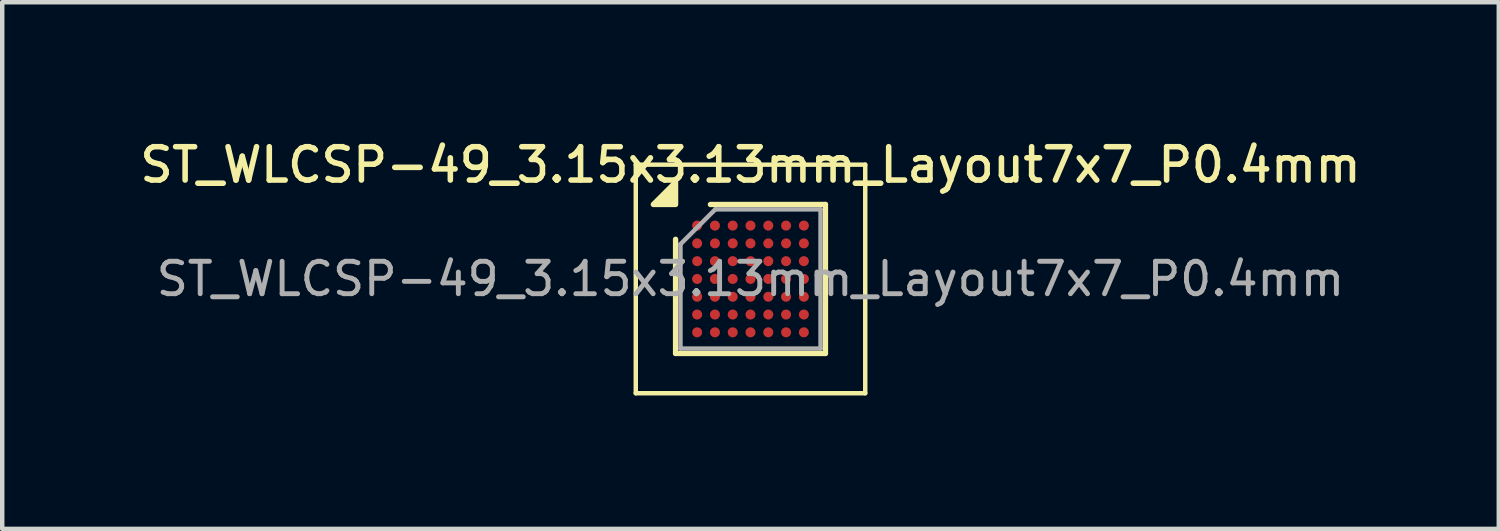
<source format=kicad_pcb>
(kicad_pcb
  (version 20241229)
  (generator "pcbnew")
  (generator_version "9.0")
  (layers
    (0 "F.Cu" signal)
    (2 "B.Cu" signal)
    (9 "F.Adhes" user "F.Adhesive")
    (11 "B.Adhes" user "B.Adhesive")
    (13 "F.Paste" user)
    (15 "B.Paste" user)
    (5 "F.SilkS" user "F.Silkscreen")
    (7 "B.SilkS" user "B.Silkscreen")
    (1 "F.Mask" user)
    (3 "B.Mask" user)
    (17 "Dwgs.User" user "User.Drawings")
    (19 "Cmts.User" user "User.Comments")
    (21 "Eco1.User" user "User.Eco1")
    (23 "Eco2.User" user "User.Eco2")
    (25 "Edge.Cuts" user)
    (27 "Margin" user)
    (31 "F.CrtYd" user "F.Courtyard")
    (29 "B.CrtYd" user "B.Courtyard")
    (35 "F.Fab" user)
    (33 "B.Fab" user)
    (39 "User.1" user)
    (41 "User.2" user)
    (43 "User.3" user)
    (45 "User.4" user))
  (footprint "ST_WLCSP-49_3.15x3.13mm_Layout7x7_P0.4mm"
    (layer "F.Cu")
    (at 13.827 3.223)
    (property "Reference" "ST_WLCSP-49_3.15x3.13mm_Layout7x7_P0.4mm" (at 0 -2.565 0) (layer "F.SilkS") (effects (font (size 0.75 0.75) (thickness 0.125))))
    (attr smd)
    (fp_line (start -2.58 -2.57) (end -2.58 2.57) (stroke (width 0.1) (type solid)) (layer "F.SilkS"))
    (fp_line (start -2.58 2.57) (end 2.58 2.57) (stroke (width 0.1) (type solid)) (layer "F.SilkS"))
    (fp_line (start -1.685 1.675) (end -1.685 -0.892) (stroke (width 0.12) (type solid)) (layer "F.SilkS"))
    (fp_line (start -0.902 -1.675) (end 1.685 -1.675) (stroke (width 0.12) (type solid)) (layer "F.SilkS"))
    (fp_line (start 1.685 -1.675) (end 1.685 1.675) (stroke (width 0.12) (type solid)) (layer "F.SilkS"))
    (fp_line (start 1.685 1.675) (end -1.685 1.675) (stroke (width 0.12) (type solid)) (layer "F.SilkS"))
    (fp_line (start 2.58 -2.57) (end -2.58 -2.57) (stroke (width 0.1) (type solid)) (layer "F.SilkS"))
    (fp_line (start 2.58 2.57) (end 2.58 -2.57) (stroke (width 0.1) (type solid)) (layer "F.SilkS"))
    (fp_poly (pts (xy -1.685 -1.675) (xy -2.185 -1.675) (xy -1.685 -2.175) (xy -1.685 -1.675)) (stroke (width 0.12) (type solid)) (fill yes) (layer "F.SilkS"))
    (fp_line (start -1.575 -0.782) (end -0.792 -1.565) (stroke (width 0.1) (type solid)) (layer "F.Fab"))
    (fp_line (start -1.575 1.565) (end -1.575 -0.782) (stroke (width 0.1) (type solid)) (layer "F.Fab"))
    (fp_line (start -0.792 -1.565) (end 1.575 -1.565) (stroke (width 0.1) (type solid)) (layer "F.Fab"))
    (fp_line (start 1.575 -1.565) (end 1.575 1.565) (stroke (width 0.1) (type solid)) (layer "F.Fab"))
    (fp_line (start 1.575 1.565) (end -1.575 1.565) (stroke (width 0.1) (type solid)) (layer "F.Fab"))
    (fp_text user "${REFERENCE}" (at 0 0 0) (layer "F.Fab") (effects (font (size 0.73 0.73) (thickness 0.11))))
    (pad "A1" smd circle (at -1.2 -1.2) (size 0.225 0.225) (property pad_prop_bga) (layers "F.Cu" "F.Mask" "F.Paste"))
    (pad "A2" smd circle (at -0.8 -1.2) (size 0.225 0.225) (property pad_prop_bga) (layers "F.Cu" "F.Mask" "F.Paste"))
    (pad "A3" smd circle (at -0.4 -1.2) (size 0.225 0.225) (property pad_prop_bga) (layers "F.Cu" "F.Mask" "F.Paste"))
    (pad "A4" smd circle (at 0 -1.2) (size 0.225 0.225) (property pad_prop_bga) (layers "F.Cu" "F.Mask" "F.Paste"))
    (pad "A5" smd circle (at 0.4 -1.2) (size 0.225 0.225) (property pad_prop_bga) (layers "F.Cu" "F.Mask" "F.Paste"))
    (pad "A6" smd circle (at 0.8 -1.2) (size 0.225 0.225) (property pad_prop_bga) (layers "F.Cu" "F.Mask" "F.Paste"))
    (pad "A7" smd circle (at 1.2 -1.2) (size 0.225 0.225) (property pad_prop_bga) (layers "F.Cu" "F.Mask" "F.Paste"))
    (pad "B1" smd circle (at -1.2 -0.8) (size 0.225 0.225) (property pad_prop_bga) (layers "F.Cu" "F.Mask" "F.Paste"))
    (pad "B2" smd circle (at -0.8 -0.8) (size 0.225 0.225) (property pad_prop_bga) (layers "F.Cu" "F.Mask" "F.Paste"))
    (pad "B3" smd circle (at -0.4 -0.8) (size 0.225 0.225) (property pad_prop_bga) (layers "F.Cu" "F.Mask" "F.Paste"))
    (pad "B4" smd circle (at 0 -0.8) (size 0.225 0.225) (property pad_prop_bga) (layers "F.Cu" "F.Mask" "F.Paste"))
    (pad "B5" smd circle (at 0.4 -0.8) (size 0.225 0.225) (property pad_prop_bga) (layers "F.Cu" "F.Mask" "F.Paste"))
    (pad "B6" smd circle (at 0.8 -0.8) (size 0.225 0.225) (property pad_prop_bga) (layers "F.Cu" "F.Mask" "F.Paste"))
    (pad "B7" smd circle (at 1.2 -0.8) (size 0.225 0.225) (property pad_prop_bga) (layers "F.Cu" "F.Mask" "F.Paste"))
    (pad "C1" smd circle (at -1.2 -0.4) (size 0.225 0.225) (property pad_prop_bga) (layers "F.Cu" "F.Mask" "F.Paste"))
    (pad "C2" smd circle (at -0.8 -0.4) (size 0.225 0.225) (property pad_prop_bga) (layers "F.Cu" "F.Mask" "F.Paste"))
    (pad "C3" smd circle (at -0.4 -0.4) (size 0.225 0.225) (property pad_prop_bga) (layers "F.Cu" "F.Mask" "F.Paste"))
    (pad "C4" smd circle (at 0 -0.4) (size 0.225 0.225) (property pad_prop_bga) (layers "F.Cu" "F.Mask" "F.Paste"))
    (pad "C5" smd circle (at 0.4 -0.4) (size 0.225 0.225) (property pad_prop_bga) (layers "F.Cu" "F.Mask" "F.Paste"))
    (pad "C6" smd circle (at 0.8 -0.4) (size 0.225 0.225) (property pad_prop_bga) (layers "F.Cu" "F.Mask" "F.Paste"))
    (pad "C7" smd circle (at 1.2 -0.4) (size 0.225 0.225) (property pad_prop_bga) (layers "F.Cu" "F.Mask" "F.Paste"))
    (pad "D1" smd circle (at -1.2 0) (size 0.225 0.225) (property pad_prop_bga) (layers "F.Cu" "F.Mask" "F.Paste"))
    (pad "D2" smd circle (at -0.8 0) (size 0.225 0.225) (property pad_prop_bga) (layers "F.Cu" "F.Mask" "F.Paste"))
    (pad "D3" smd circle (at -0.4 0) (size 0.225 0.225) (property pad_prop_bga) (layers "F.Cu" "F.Mask" "F.Paste"))
    (pad "D4" smd circle (at 0 0) (size 0.225 0.225) (property pad_prop_bga) (layers "F.Cu" "F.Mask" "F.Paste"))
    (pad "D5" smd circle (at 0.4 0) (size 0.225 0.225) (property pad_prop_bga) (layers "F.Cu" "F.Mask" "F.Paste"))
    (pad "D6" smd circle (at 0.8 0) (size 0.225 0.225) (property pad_prop_bga) (layers "F.Cu" "F.Mask" "F.Paste"))
    (pad "D7" smd circle (at 1.2 0) (size 0.225 0.225) (property pad_prop_bga) (layers "F.Cu" "F.Mask" "F.Paste"))
    (pad "E1" smd circle (at -1.2 0.4) (size 0.225 0.225) (property pad_prop_bga) (layers "F.Cu" "F.Mask" "F.Paste"))
    (pad "E2" smd circle (at -0.8 0.4) (size 0.225 0.225) (property pad_prop_bga) (layers "F.Cu" "F.Mask" "F.Paste"))
    (pad "E3" smd circle (at -0.4 0.4) (size 0.225 0.225) (property pad_prop_bga) (layers "F.Cu" "F.Mask" "F.Paste"))
    (pad "E4" smd circle (at 0 0.4) (size 0.225 0.225) (property pad_prop_bga) (layers "F.Cu" "F.Mask" "F.Paste"))
    (pad "E5" smd circle (at 0.4 0.4) (size 0.225 0.225) (property pad_prop_bga) (layers "F.Cu" "F.Mask" "F.Paste"))
    (pad "E6" smd circle (at 0.8 0.4) (size 0.225 0.225) (property pad_prop_bga) (layers "F.Cu" "F.Mask" "F.Paste"))
    (pad "E7" smd circle (at 1.2 0.4) (size 0.225 0.225) (property pad_prop_bga) (layers "F.Cu" "F.Mask" "F.Paste"))
    (pad "F1" smd circle (at -1.2 0.8) (size 0.225 0.225) (property pad_prop_bga) (layers "F.Cu" "F.Mask" "F.Paste"))
    (pad "F2" smd circle (at -0.8 0.8) (size 0.225 0.225) (property pad_prop_bga) (layers "F.Cu" "F.Mask" "F.Paste"))
    (pad "F3" smd circle (at -0.4 0.8) (size 0.225 0.225) (property pad_prop_bga) (layers "F.Cu" "F.Mask" "F.Paste"))
    (pad "F4" smd circle (at 0 0.8) (size 0.225 0.225) (property pad_prop_bga) (layers "F.Cu" "F.Mask" "F.Paste"))
    (pad "F5" smd circle (at 0.4 0.8) (size 0.225 0.225) (property pad_prop_bga) (layers "F.Cu" "F.Mask" "F.Paste"))
    (pad "F6" smd circle (at 0.8 0.8) (size 0.225 0.225) (property pad_prop_bga) (layers "F.Cu" "F.Mask" "F.Paste"))
    (pad "F7" smd circle (at 1.2 0.8) (size 0.225 0.225) (property pad_prop_bga) (layers "F.Cu" "F.Mask" "F.Paste"))
    (pad "G1" smd circle (at -1.2 1.2) (size 0.225 0.225) (property pad_prop_bga) (layers "F.Cu" "F.Mask" "F.Paste"))
    (pad "G2" smd circle (at -0.8 1.2) (size 0.225 0.225) (property pad_prop_bga) (layers "F.Cu" "F.Mask" "F.Paste"))
    (pad "G3" smd circle (at -0.4 1.2) (size 0.225 0.225) (property pad_prop_bga) (layers "F.Cu" "F.Mask" "F.Paste"))
    (pad "G4" smd circle (at 0 1.2) (size 0.225 0.225) (property pad_prop_bga) (layers "F.Cu" "F.Mask" "F.Paste"))
    (pad "G5" smd circle (at 0.4 1.2) (size 0.225 0.225) (property pad_prop_bga) (layers "F.Cu" "F.Mask" "F.Paste"))
    (pad "G6" smd circle (at 0.8 1.2) (size 0.225 0.225) (property pad_prop_bga) (layers "F.Cu" "F.Mask" "F.Paste"))
    (pad "G7" smd circle (at 1.2 1.2) (size 0.225 0.225) (property pad_prop_bga) (layers "F.Cu" "F.Mask" "F.Paste")))
  (gr_rect
    (start -3 -3)
    (end 30.654 8.843)
    (stroke (width 0.1) (type default))
    (fill no)
    (layer "Edge.Cuts")))
</source>
